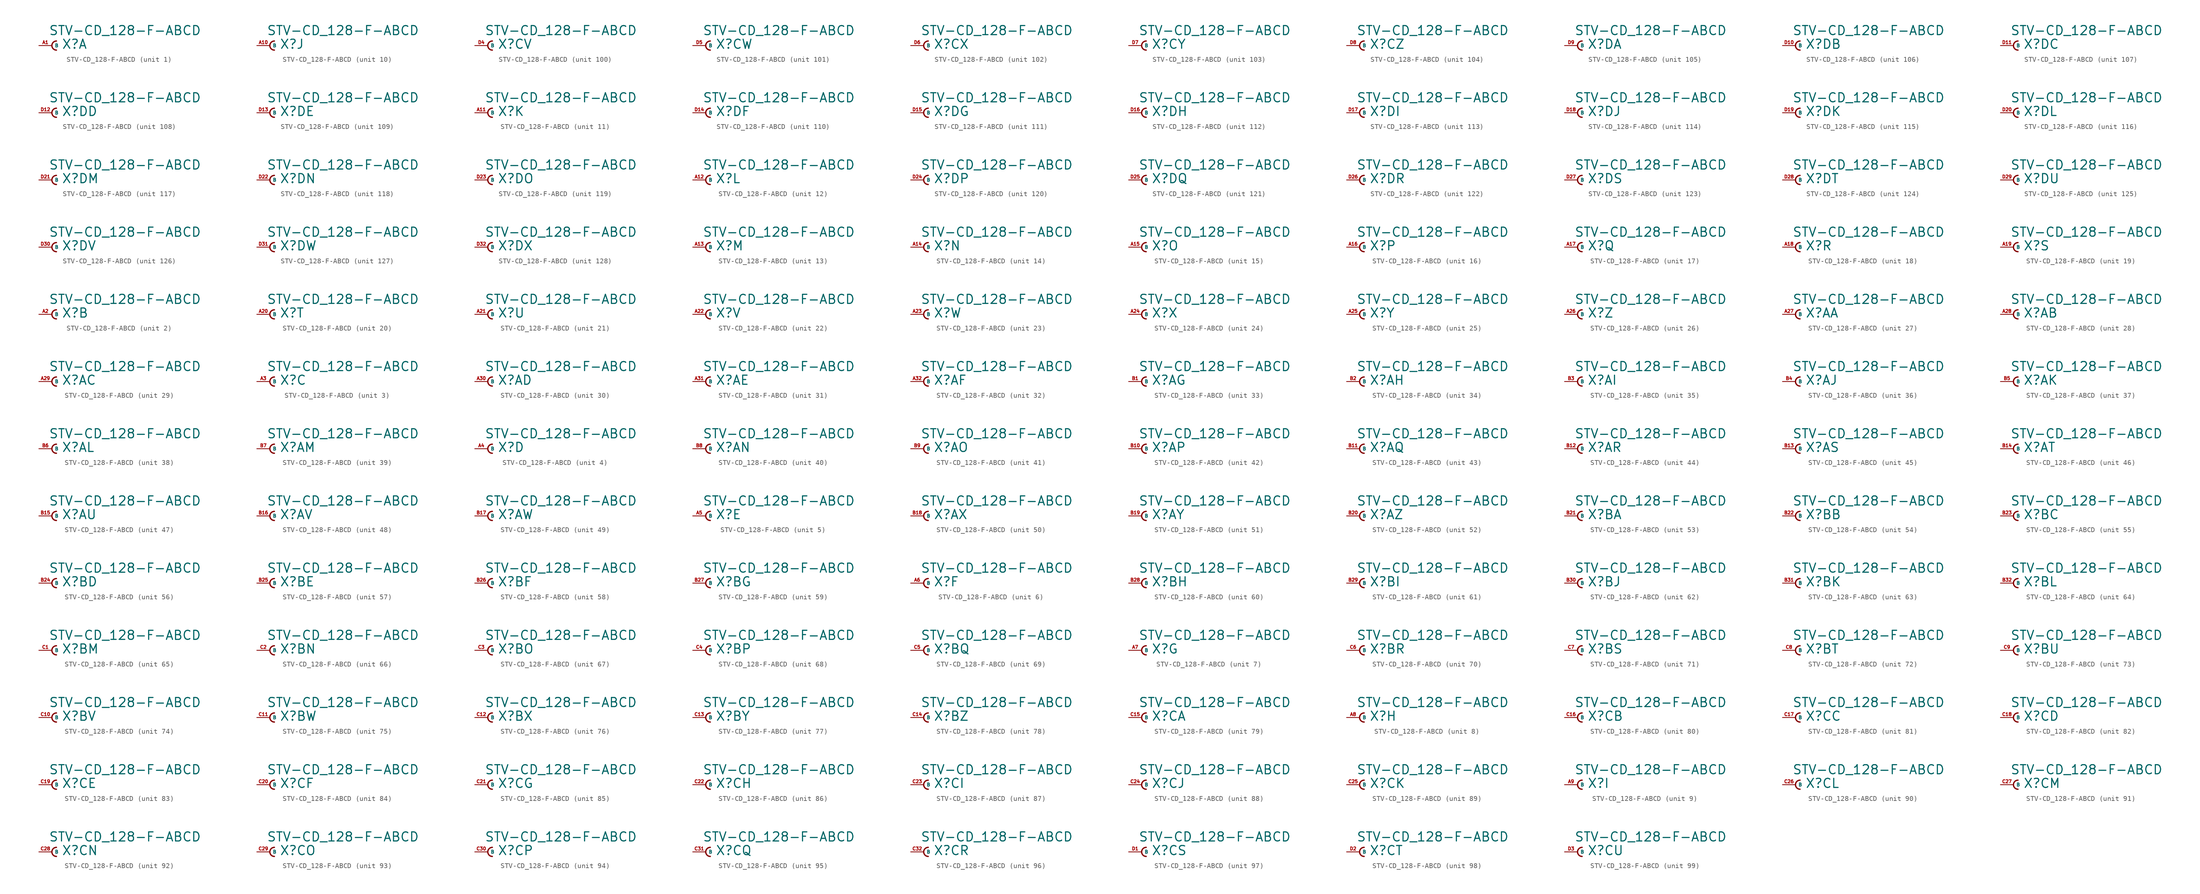
<source format=kicad_sym>
(kicad_symbol_lib
  (version 20220914)
  (generator Eagle2Kicad)
  (symbol "STV-CD_128-F-ABCD"
    (property "Reference" "X"
      (at 1.905 -0.762 0)
      (effects (font (size 1.778 1.778) (thickness 0.22)) (justify left bottom)))
    (property "Value" "STV-CD_128-F-ABCD"
      (at -0.635 1.905 0)
      (effects (font (size 1.778 1.778) (thickness 0.22)) (justify left bottom)))
    (symbol "STV-CD_128-F-ABCD_1_0"
      (arc (start 0.889 0.889) (mid 0.000 0.000) (end 0.889 -0.889) (stroke (width 0.254) (type default)) (fill (type none)))
      (pin passive line (at -2.54 0 0) (length 2.54) (name "B" (effects (font (size 0.635 0.635) (thickness 0.08)) (justify left bottom))) (number "A1" (effects (font (size 0.635 0.635) (thickness 0.08)) (justify left bottom)))))
    (symbol "STV-CD_128-F-ABCD_2_0"
      (arc (start 0.889 0.889) (mid 0.000 0.000) (end 0.889 -0.889) (stroke (width 0.254) (type default)) (fill (type none)))
      (pin passive line (at -2.54 0 0) (length 2.54) (name "B" (effects (font (size 0.635 0.635) (thickness 0.08)) (justify left bottom))) (number "A2" (effects (font (size 0.635 0.635) (thickness 0.08)) (justify left bottom)))))
    (symbol "STV-CD_128-F-ABCD_3_0"
      (arc (start 0.889 0.889) (mid 0.000 0.000) (end 0.889 -0.889) (stroke (width 0.254) (type default)) (fill (type none)))
      (pin passive line (at -2.54 0 0) (length 2.54) (name "B" (effects (font (size 0.635 0.635) (thickness 0.08)) (justify left bottom))) (number "A3" (effects (font (size 0.635 0.635) (thickness 0.08)) (justify left bottom)))))
    (symbol "STV-CD_128-F-ABCD_4_0"
      (arc (start 0.889 0.889) (mid 0.000 0.000) (end 0.889 -0.889) (stroke (width 0.254) (type default)) (fill (type none)))
      (pin passive line (at -2.54 0 0) (length 2.54) (name "B" (effects (font (size 0.635 0.635) (thickness 0.08)) (justify left bottom))) (number "A4" (effects (font (size 0.635 0.635) (thickness 0.08)) (justify left bottom)))))
    (symbol "STV-CD_128-F-ABCD_5_0"
      (arc (start 0.889 0.889) (mid 0.000 0.000) (end 0.889 -0.889) (stroke (width 0.254) (type default)) (fill (type none)))
      (pin passive line (at -2.54 0 0) (length 2.54) (name "B" (effects (font (size 0.635 0.635) (thickness 0.08)) (justify left bottom))) (number "A5" (effects (font (size 0.635 0.635) (thickness 0.08)) (justify left bottom)))))
    (symbol "STV-CD_128-F-ABCD_6_0"
      (arc (start 0.889 0.889) (mid 0.000 0.000) (end 0.889 -0.889) (stroke (width 0.254) (type default)) (fill (type none)))
      (pin passive line (at -2.54 0 0) (length 2.54) (name "B" (effects (font (size 0.635 0.635) (thickness 0.08)) (justify left bottom))) (number "A6" (effects (font (size 0.635 0.635) (thickness 0.08)) (justify left bottom)))))
    (symbol "STV-CD_128-F-ABCD_7_0"
      (arc (start 0.889 0.889) (mid 0.000 0.000) (end 0.889 -0.889) (stroke (width 0.254) (type default)) (fill (type none)))
      (pin passive line (at -2.54 0 0) (length 2.54) (name "B" (effects (font (size 0.635 0.635) (thickness 0.08)) (justify left bottom))) (number "A7" (effects (font (size 0.635 0.635) (thickness 0.08)) (justify left bottom)))))
    (symbol "STV-CD_128-F-ABCD_8_0"
      (arc (start 0.889 0.889) (mid 0.000 0.000) (end 0.889 -0.889) (stroke (width 0.254) (type default)) (fill (type none)))
      (pin passive line (at -2.54 0 0) (length 2.54) (name "B" (effects (font (size 0.635 0.635) (thickness 0.08)) (justify left bottom))) (number "A8" (effects (font (size 0.635 0.635) (thickness 0.08)) (justify left bottom)))))
    (symbol "STV-CD_128-F-ABCD_9_0"
      (arc (start 0.889 0.889) (mid 0.000 0.000) (end 0.889 -0.889) (stroke (width 0.254) (type default)) (fill (type none)))
      (pin passive line (at -2.54 0 0) (length 2.54) (name "B" (effects (font (size 0.635 0.635) (thickness 0.08)) (justify left bottom))) (number "A9" (effects (font (size 0.635 0.635) (thickness 0.08)) (justify left bottom)))))
    (symbol "STV-CD_128-F-ABCD_10_0"
      (arc (start 0.889 0.889) (mid 0.000 0.000) (end 0.889 -0.889) (stroke (width 0.254) (type default)) (fill (type none)))
      (pin passive line (at -2.54 0 0) (length 2.54) (name "B" (effects (font (size 0.635 0.635) (thickness 0.08)) (justify left bottom))) (number "A10" (effects (font (size 0.635 0.635) (thickness 0.08)) (justify left bottom)))))
    (symbol "STV-CD_128-F-ABCD_11_0"
      (arc (start 0.889 0.889) (mid 0.000 0.000) (end 0.889 -0.889) (stroke (width 0.254) (type default)) (fill (type none)))
      (pin passive line (at -2.54 0 0) (length 2.54) (name "B" (effects (font (size 0.635 0.635) (thickness 0.08)) (justify left bottom))) (number "A11" (effects (font (size 0.635 0.635) (thickness 0.08)) (justify left bottom)))))
    (symbol "STV-CD_128-F-ABCD_12_0"
      (arc (start 0.889 0.889) (mid 0.000 0.000) (end 0.889 -0.889) (stroke (width 0.254) (type default)) (fill (type none)))
      (pin passive line (at -2.54 0 0) (length 2.54) (name "B" (effects (font (size 0.635 0.635) (thickness 0.08)) (justify left bottom))) (number "A12" (effects (font (size 0.635 0.635) (thickness 0.08)) (justify left bottom)))))
    (symbol "STV-CD_128-F-ABCD_13_0"
      (arc (start 0.889 0.889) (mid 0.000 0.000) (end 0.889 -0.889) (stroke (width 0.254) (type default)) (fill (type none)))
      (pin passive line (at -2.54 0 0) (length 2.54) (name "B" (effects (font (size 0.635 0.635) (thickness 0.08)) (justify left bottom))) (number "A13" (effects (font (size 0.635 0.635) (thickness 0.08)) (justify left bottom)))))
    (symbol "STV-CD_128-F-ABCD_14_0"
      (arc (start 0.889 0.889) (mid 0.000 0.000) (end 0.889 -0.889) (stroke (width 0.254) (type default)) (fill (type none)))
      (pin passive line (at -2.54 0 0) (length 2.54) (name "B" (effects (font (size 0.635 0.635) (thickness 0.08)) (justify left bottom))) (number "A14" (effects (font (size 0.635 0.635) (thickness 0.08)) (justify left bottom)))))
    (symbol "STV-CD_128-F-ABCD_15_0"
      (arc (start 0.889 0.889) (mid 0.000 0.000) (end 0.889 -0.889) (stroke (width 0.254) (type default)) (fill (type none)))
      (pin passive line (at -2.54 0 0) (length 2.54) (name "B" (effects (font (size 0.635 0.635) (thickness 0.08)) (justify left bottom))) (number "A15" (effects (font (size 0.635 0.635) (thickness 0.08)) (justify left bottom)))))
    (symbol "STV-CD_128-F-ABCD_16_0"
      (arc (start 0.889 0.889) (mid 0.000 0.000) (end 0.889 -0.889) (stroke (width 0.254) (type default)) (fill (type none)))
      (pin passive line (at -2.54 0 0) (length 2.54) (name "B" (effects (font (size 0.635 0.635) (thickness 0.08)) (justify left bottom))) (number "A16" (effects (font (size 0.635 0.635) (thickness 0.08)) (justify left bottom)))))
    (symbol "STV-CD_128-F-ABCD_17_0"
      (arc (start 0.889 0.889) (mid 0.000 0.000) (end 0.889 -0.889) (stroke (width 0.254) (type default)) (fill (type none)))
      (pin passive line (at -2.54 0 0) (length 2.54) (name "B" (effects (font (size 0.635 0.635) (thickness 0.08)) (justify left bottom))) (number "A17" (effects (font (size 0.635 0.635) (thickness 0.08)) (justify left bottom)))))
    (symbol "STV-CD_128-F-ABCD_18_0"
      (arc (start 0.889 0.889) (mid 0.000 0.000) (end 0.889 -0.889) (stroke (width 0.254) (type default)) (fill (type none)))
      (pin passive line (at -2.54 0 0) (length 2.54) (name "B" (effects (font (size 0.635 0.635) (thickness 0.08)) (justify left bottom))) (number "A18" (effects (font (size 0.635 0.635) (thickness 0.08)) (justify left bottom)))))
    (symbol "STV-CD_128-F-ABCD_19_0"
      (arc (start 0.889 0.889) (mid 0.000 0.000) (end 0.889 -0.889) (stroke (width 0.254) (type default)) (fill (type none)))
      (pin passive line (at -2.54 0 0) (length 2.54) (name "B" (effects (font (size 0.635 0.635) (thickness 0.08)) (justify left bottom))) (number "A19" (effects (font (size 0.635 0.635) (thickness 0.08)) (justify left bottom)))))
    (symbol "STV-CD_128-F-ABCD_20_0"
      (arc (start 0.889 0.889) (mid 0.000 0.000) (end 0.889 -0.889) (stroke (width 0.254) (type default)) (fill (type none)))
      (pin passive line (at -2.54 0 0) (length 2.54) (name "B" (effects (font (size 0.635 0.635) (thickness 0.08)) (justify left bottom))) (number "A20" (effects (font (size 0.635 0.635) (thickness 0.08)) (justify left bottom)))))
    (symbol "STV-CD_128-F-ABCD_21_0"
      (arc (start 0.889 0.889) (mid 0.000 0.000) (end 0.889 -0.889) (stroke (width 0.254) (type default)) (fill (type none)))
      (pin passive line (at -2.54 0 0) (length 2.54) (name "B" (effects (font (size 0.635 0.635) (thickness 0.08)) (justify left bottom))) (number "A21" (effects (font (size 0.635 0.635) (thickness 0.08)) (justify left bottom)))))
    (symbol "STV-CD_128-F-ABCD_22_0"
      (arc (start 0.889 0.889) (mid 0.000 0.000) (end 0.889 -0.889) (stroke (width 0.254) (type default)) (fill (type none)))
      (pin passive line (at -2.54 0 0) (length 2.54) (name "B" (effects (font (size 0.635 0.635) (thickness 0.08)) (justify left bottom))) (number "A22" (effects (font (size 0.635 0.635) (thickness 0.08)) (justify left bottom)))))
    (symbol "STV-CD_128-F-ABCD_23_0"
      (arc (start 0.889 0.889) (mid 0.000 0.000) (end 0.889 -0.889) (stroke (width 0.254) (type default)) (fill (type none)))
      (pin passive line (at -2.54 0 0) (length 2.54) (name "B" (effects (font (size 0.635 0.635) (thickness 0.08)) (justify left bottom))) (number "A23" (effects (font (size 0.635 0.635) (thickness 0.08)) (justify left bottom)))))
    (symbol "STV-CD_128-F-ABCD_24_0"
      (arc (start 0.889 0.889) (mid 0.000 0.000) (end 0.889 -0.889) (stroke (width 0.254) (type default)) (fill (type none)))
      (pin passive line (at -2.54 0 0) (length 2.54) (name "B" (effects (font (size 0.635 0.635) (thickness 0.08)) (justify left bottom))) (number "A24" (effects (font (size 0.635 0.635) (thickness 0.08)) (justify left bottom)))))
    (symbol "STV-CD_128-F-ABCD_25_0"
      (arc (start 0.889 0.889) (mid 0.000 0.000) (end 0.889 -0.889) (stroke (width 0.254) (type default)) (fill (type none)))
      (pin passive line (at -2.54 0 0) (length 2.54) (name "B" (effects (font (size 0.635 0.635) (thickness 0.08)) (justify left bottom))) (number "A25" (effects (font (size 0.635 0.635) (thickness 0.08)) (justify left bottom)))))
    (symbol "STV-CD_128-F-ABCD_26_0"
      (arc (start 0.889 0.889) (mid 0.000 0.000) (end 0.889 -0.889) (stroke (width 0.254) (type default)) (fill (type none)))
      (pin passive line (at -2.54 0 0) (length 2.54) (name "B" (effects (font (size 0.635 0.635) (thickness 0.08)) (justify left bottom))) (number "A26" (effects (font (size 0.635 0.635) (thickness 0.08)) (justify left bottom)))))
    (symbol "STV-CD_128-F-ABCD_27_0"
      (arc (start 0.889 0.889) (mid 0.000 0.000) (end 0.889 -0.889) (stroke (width 0.254) (type default)) (fill (type none)))
      (pin passive line (at -2.54 0 0) (length 2.54) (name "B" (effects (font (size 0.635 0.635) (thickness 0.08)) (justify left bottom))) (number "A27" (effects (font (size 0.635 0.635) (thickness 0.08)) (justify left bottom)))))
    (symbol "STV-CD_128-F-ABCD_28_0"
      (arc (start 0.889 0.889) (mid 0.000 0.000) (end 0.889 -0.889) (stroke (width 0.254) (type default)) (fill (type none)))
      (pin passive line (at -2.54 0 0) (length 2.54) (name "B" (effects (font (size 0.635 0.635) (thickness 0.08)) (justify left bottom))) (number "A28" (effects (font (size 0.635 0.635) (thickness 0.08)) (justify left bottom)))))
    (symbol "STV-CD_128-F-ABCD_29_0"
      (arc (start 0.889 0.889) (mid 0.000 0.000) (end 0.889 -0.889) (stroke (width 0.254) (type default)) (fill (type none)))
      (pin passive line (at -2.54 0 0) (length 2.54) (name "B" (effects (font (size 0.635 0.635) (thickness 0.08)) (justify left bottom))) (number "A29" (effects (font (size 0.635 0.635) (thickness 0.08)) (justify left bottom)))))
    (symbol "STV-CD_128-F-ABCD_30_0"
      (arc (start 0.889 0.889) (mid 0.000 0.000) (end 0.889 -0.889) (stroke (width 0.254) (type default)) (fill (type none)))
      (pin passive line (at -2.54 0 0) (length 2.54) (name "B" (effects (font (size 0.635 0.635) (thickness 0.08)) (justify left bottom))) (number "A30" (effects (font (size 0.635 0.635) (thickness 0.08)) (justify left bottom)))))
    (symbol "STV-CD_128-F-ABCD_31_0"
      (arc (start 0.889 0.889) (mid 0.000 0.000) (end 0.889 -0.889) (stroke (width 0.254) (type default)) (fill (type none)))
      (pin passive line (at -2.54 0 0) (length 2.54) (name "B" (effects (font (size 0.635 0.635) (thickness 0.08)) (justify left bottom))) (number "A31" (effects (font (size 0.635 0.635) (thickness 0.08)) (justify left bottom)))))
    (symbol "STV-CD_128-F-ABCD_32_0"
      (arc (start 0.889 0.889) (mid 0.000 0.000) (end 0.889 -0.889) (stroke (width 0.254) (type default)) (fill (type none)))
      (pin passive line (at -2.54 0 0) (length 2.54) (name "B" (effects (font (size 0.635 0.635) (thickness 0.08)) (justify left bottom))) (number "A32" (effects (font (size 0.635 0.635) (thickness 0.08)) (justify left bottom)))))
    (symbol "STV-CD_128-F-ABCD_33_0"
      (arc (start 0.889 0.889) (mid 0.000 0.000) (end 0.889 -0.889) (stroke (width 0.254) (type default)) (fill (type none)))
      (pin passive line (at -2.54 0 0) (length 2.54) (name "B" (effects (font (size 0.635 0.635) (thickness 0.08)) (justify left bottom))) (number "B1" (effects (font (size 0.635 0.635) (thickness 0.08)) (justify left bottom)))))
    (symbol "STV-CD_128-F-ABCD_34_0"
      (arc (start 0.889 0.889) (mid 0.000 0.000) (end 0.889 -0.889) (stroke (width 0.254) (type default)) (fill (type none)))
      (pin passive line (at -2.54 0 0) (length 2.54) (name "B" (effects (font (size 0.635 0.635) (thickness 0.08)) (justify left bottom))) (number "B2" (effects (font (size 0.635 0.635) (thickness 0.08)) (justify left bottom)))))
    (symbol "STV-CD_128-F-ABCD_35_0"
      (arc (start 0.889 0.889) (mid 0.000 0.000) (end 0.889 -0.889) (stroke (width 0.254) (type default)) (fill (type none)))
      (pin passive line (at -2.54 0 0) (length 2.54) (name "B" (effects (font (size 0.635 0.635) (thickness 0.08)) (justify left bottom))) (number "B3" (effects (font (size 0.635 0.635) (thickness 0.08)) (justify left bottom)))))
    (symbol "STV-CD_128-F-ABCD_36_0"
      (arc (start 0.889 0.889) (mid 0.000 0.000) (end 0.889 -0.889) (stroke (width 0.254) (type default)) (fill (type none)))
      (pin passive line (at -2.54 0 0) (length 2.54) (name "B" (effects (font (size 0.635 0.635) (thickness 0.08)) (justify left bottom))) (number "B4" (effects (font (size 0.635 0.635) (thickness 0.08)) (justify left bottom)))))
    (symbol "STV-CD_128-F-ABCD_37_0"
      (arc (start 0.889 0.889) (mid 0.000 0.000) (end 0.889 -0.889) (stroke (width 0.254) (type default)) (fill (type none)))
      (pin passive line (at -2.54 0 0) (length 2.54) (name "B" (effects (font (size 0.635 0.635) (thickness 0.08)) (justify left bottom))) (number "B5" (effects (font (size 0.635 0.635) (thickness 0.08)) (justify left bottom)))))
    (symbol "STV-CD_128-F-ABCD_38_0"
      (arc (start 0.889 0.889) (mid 0.000 0.000) (end 0.889 -0.889) (stroke (width 0.254) (type default)) (fill (type none)))
      (pin passive line (at -2.54 0 0) (length 2.54) (name "B" (effects (font (size 0.635 0.635) (thickness 0.08)) (justify left bottom))) (number "B6" (effects (font (size 0.635 0.635) (thickness 0.08)) (justify left bottom)))))
    (symbol "STV-CD_128-F-ABCD_39_0"
      (arc (start 0.889 0.889) (mid 0.000 0.000) (end 0.889 -0.889) (stroke (width 0.254) (type default)) (fill (type none)))
      (pin passive line (at -2.54 0 0) (length 2.54) (name "B" (effects (font (size 0.635 0.635) (thickness 0.08)) (justify left bottom))) (number "B7" (effects (font (size 0.635 0.635) (thickness 0.08)) (justify left bottom)))))
    (symbol "STV-CD_128-F-ABCD_40_0"
      (arc (start 0.889 0.889) (mid 0.000 0.000) (end 0.889 -0.889) (stroke (width 0.254) (type default)) (fill (type none)))
      (pin passive line (at -2.54 0 0) (length 2.54) (name "B" (effects (font (size 0.635 0.635) (thickness 0.08)) (justify left bottom))) (number "B8" (effects (font (size 0.635 0.635) (thickness 0.08)) (justify left bottom)))))
    (symbol "STV-CD_128-F-ABCD_41_0"
      (arc (start 0.889 0.889) (mid 0.000 0.000) (end 0.889 -0.889) (stroke (width 0.254) (type default)) (fill (type none)))
      (pin passive line (at -2.54 0 0) (length 2.54) (name "B" (effects (font (size 0.635 0.635) (thickness 0.08)) (justify left bottom))) (number "B9" (effects (font (size 0.635 0.635) (thickness 0.08)) (justify left bottom)))))
    (symbol "STV-CD_128-F-ABCD_42_0"
      (arc (start 0.889 0.889) (mid 0.000 0.000) (end 0.889 -0.889) (stroke (width 0.254) (type default)) (fill (type none)))
      (pin passive line (at -2.54 0 0) (length 2.54) (name "B" (effects (font (size 0.635 0.635) (thickness 0.08)) (justify left bottom))) (number "B10" (effects (font (size 0.635 0.635) (thickness 0.08)) (justify left bottom)))))
    (symbol "STV-CD_128-F-ABCD_43_0"
      (arc (start 0.889 0.889) (mid 0.000 0.000) (end 0.889 -0.889) (stroke (width 0.254) (type default)) (fill (type none)))
      (pin passive line (at -2.54 0 0) (length 2.54) (name "B" (effects (font (size 0.635 0.635) (thickness 0.08)) (justify left bottom))) (number "B11" (effects (font (size 0.635 0.635) (thickness 0.08)) (justify left bottom)))))
    (symbol "STV-CD_128-F-ABCD_44_0"
      (arc (start 0.889 0.889) (mid 0.000 0.000) (end 0.889 -0.889) (stroke (width 0.254) (type default)) (fill (type none)))
      (pin passive line (at -2.54 0 0) (length 2.54) (name "B" (effects (font (size 0.635 0.635) (thickness 0.08)) (justify left bottom))) (number "B12" (effects (font (size 0.635 0.635) (thickness 0.08)) (justify left bottom)))))
    (symbol "STV-CD_128-F-ABCD_45_0"
      (arc (start 0.889 0.889) (mid 0.000 0.000) (end 0.889 -0.889) (stroke (width 0.254) (type default)) (fill (type none)))
      (pin passive line (at -2.54 0 0) (length 2.54) (name "B" (effects (font (size 0.635 0.635) (thickness 0.08)) (justify left bottom))) (number "B13" (effects (font (size 0.635 0.635) (thickness 0.08)) (justify left bottom)))))
    (symbol "STV-CD_128-F-ABCD_46_0"
      (arc (start 0.889 0.889) (mid 0.000 0.000) (end 0.889 -0.889) (stroke (width 0.254) (type default)) (fill (type none)))
      (pin passive line (at -2.54 0 0) (length 2.54) (name "B" (effects (font (size 0.635 0.635) (thickness 0.08)) (justify left bottom))) (number "B14" (effects (font (size 0.635 0.635) (thickness 0.08)) (justify left bottom)))))
    (symbol "STV-CD_128-F-ABCD_47_0"
      (arc (start 0.889 0.889) (mid 0.000 0.000) (end 0.889 -0.889) (stroke (width 0.254) (type default)) (fill (type none)))
      (pin passive line (at -2.54 0 0) (length 2.54) (name "B" (effects (font (size 0.635 0.635) (thickness 0.08)) (justify left bottom))) (number "B15" (effects (font (size 0.635 0.635) (thickness 0.08)) (justify left bottom)))))
    (symbol "STV-CD_128-F-ABCD_48_0"
      (arc (start 0.889 0.889) (mid 0.000 0.000) (end 0.889 -0.889) (stroke (width 0.254) (type default)) (fill (type none)))
      (pin passive line (at -2.54 0 0) (length 2.54) (name "B" (effects (font (size 0.635 0.635) (thickness 0.08)) (justify left bottom))) (number "B16" (effects (font (size 0.635 0.635) (thickness 0.08)) (justify left bottom)))))
    (symbol "STV-CD_128-F-ABCD_49_0"
      (arc (start 0.889 0.889) (mid 0.000 0.000) (end 0.889 -0.889) (stroke (width 0.254) (type default)) (fill (type none)))
      (pin passive line (at -2.54 0 0) (length 2.54) (name "B" (effects (font (size 0.635 0.635) (thickness 0.08)) (justify left bottom))) (number "B17" (effects (font (size 0.635 0.635) (thickness 0.08)) (justify left bottom)))))
    (symbol "STV-CD_128-F-ABCD_50_0"
      (arc (start 0.889 0.889) (mid 0.000 0.000) (end 0.889 -0.889) (stroke (width 0.254) (type default)) (fill (type none)))
      (pin passive line (at -2.54 0 0) (length 2.54) (name "B" (effects (font (size 0.635 0.635) (thickness 0.08)) (justify left bottom))) (number "B18" (effects (font (size 0.635 0.635) (thickness 0.08)) (justify left bottom)))))
    (symbol "STV-CD_128-F-ABCD_51_0"
      (arc (start 0.889 0.889) (mid 0.000 0.000) (end 0.889 -0.889) (stroke (width 0.254) (type default)) (fill (type none)))
      (pin passive line (at -2.54 0 0) (length 2.54) (name "B" (effects (font (size 0.635 0.635) (thickness 0.08)) (justify left bottom))) (number "B19" (effects (font (size 0.635 0.635) (thickness 0.08)) (justify left bottom)))))
    (symbol "STV-CD_128-F-ABCD_52_0"
      (arc (start 0.889 0.889) (mid 0.000 0.000) (end 0.889 -0.889) (stroke (width 0.254) (type default)) (fill (type none)))
      (pin passive line (at -2.54 0 0) (length 2.54) (name "B" (effects (font (size 0.635 0.635) (thickness 0.08)) (justify left bottom))) (number "B20" (effects (font (size 0.635 0.635) (thickness 0.08)) (justify left bottom)))))
    (symbol "STV-CD_128-F-ABCD_53_0"
      (arc (start 0.889 0.889) (mid 0.000 0.000) (end 0.889 -0.889) (stroke (width 0.254) (type default)) (fill (type none)))
      (pin passive line (at -2.54 0 0) (length 2.54) (name "B" (effects (font (size 0.635 0.635) (thickness 0.08)) (justify left bottom))) (number "B21" (effects (font (size 0.635 0.635) (thickness 0.08)) (justify left bottom)))))
    (symbol "STV-CD_128-F-ABCD_54_0"
      (arc (start 0.889 0.889) (mid 0.000 0.000) (end 0.889 -0.889) (stroke (width 0.254) (type default)) (fill (type none)))
      (pin passive line (at -2.54 0 0) (length 2.54) (name "B" (effects (font (size 0.635 0.635) (thickness 0.08)) (justify left bottom))) (number "B22" (effects (font (size 0.635 0.635) (thickness 0.08)) (justify left bottom)))))
    (symbol "STV-CD_128-F-ABCD_55_0"
      (arc (start 0.889 0.889) (mid 0.000 0.000) (end 0.889 -0.889) (stroke (width 0.254) (type default)) (fill (type none)))
      (pin passive line (at -2.54 0 0) (length 2.54) (name "B" (effects (font (size 0.635 0.635) (thickness 0.08)) (justify left bottom))) (number "B23" (effects (font (size 0.635 0.635) (thickness 0.08)) (justify left bottom)))))
    (symbol "STV-CD_128-F-ABCD_56_0"
      (arc (start 0.889 0.889) (mid 0.000 0.000) (end 0.889 -0.889) (stroke (width 0.254) (type default)) (fill (type none)))
      (pin passive line (at -2.54 0 0) (length 2.54) (name "B" (effects (font (size 0.635 0.635) (thickness 0.08)) (justify left bottom))) (number "B24" (effects (font (size 0.635 0.635) (thickness 0.08)) (justify left bottom)))))
    (symbol "STV-CD_128-F-ABCD_57_0"
      (arc (start 0.889 0.889) (mid 0.000 0.000) (end 0.889 -0.889) (stroke (width 0.254) (type default)) (fill (type none)))
      (pin passive line (at -2.54 0 0) (length 2.54) (name "B" (effects (font (size 0.635 0.635) (thickness 0.08)) (justify left bottom))) (number "B25" (effects (font (size 0.635 0.635) (thickness 0.08)) (justify left bottom)))))
    (symbol "STV-CD_128-F-ABCD_58_0"
      (arc (start 0.889 0.889) (mid 0.000 0.000) (end 0.889 -0.889) (stroke (width 0.254) (type default)) (fill (type none)))
      (pin passive line (at -2.54 0 0) (length 2.54) (name "B" (effects (font (size 0.635 0.635) (thickness 0.08)) (justify left bottom))) (number "B26" (effects (font (size 0.635 0.635) (thickness 0.08)) (justify left bottom)))))
    (symbol "STV-CD_128-F-ABCD_59_0"
      (arc (start 0.889 0.889) (mid 0.000 0.000) (end 0.889 -0.889) (stroke (width 0.254) (type default)) (fill (type none)))
      (pin passive line (at -2.54 0 0) (length 2.54) (name "B" (effects (font (size 0.635 0.635) (thickness 0.08)) (justify left bottom))) (number "B27" (effects (font (size 0.635 0.635) (thickness 0.08)) (justify left bottom)))))
    (symbol "STV-CD_128-F-ABCD_60_0"
      (arc (start 0.889 0.889) (mid 0.000 0.000) (end 0.889 -0.889) (stroke (width 0.254) (type default)) (fill (type none)))
      (pin passive line (at -2.54 0 0) (length 2.54) (name "B" (effects (font (size 0.635 0.635) (thickness 0.08)) (justify left bottom))) (number "B28" (effects (font (size 0.635 0.635) (thickness 0.08)) (justify left bottom)))))
    (symbol "STV-CD_128-F-ABCD_61_0"
      (arc (start 0.889 0.889) (mid 0.000 0.000) (end 0.889 -0.889) (stroke (width 0.254) (type default)) (fill (type none)))
      (pin passive line (at -2.54 0 0) (length 2.54) (name "B" (effects (font (size 0.635 0.635) (thickness 0.08)) (justify left bottom))) (number "B29" (effects (font (size 0.635 0.635) (thickness 0.08)) (justify left bottom)))))
    (symbol "STV-CD_128-F-ABCD_62_0"
      (arc (start 0.889 0.889) (mid 0.000 0.000) (end 0.889 -0.889) (stroke (width 0.254) (type default)) (fill (type none)))
      (pin passive line (at -2.54 0 0) (length 2.54) (name "B" (effects (font (size 0.635 0.635) (thickness 0.08)) (justify left bottom))) (number "B30" (effects (font (size 0.635 0.635) (thickness 0.08)) (justify left bottom)))))
    (symbol "STV-CD_128-F-ABCD_63_0"
      (arc (start 0.889 0.889) (mid 0.000 0.000) (end 0.889 -0.889) (stroke (width 0.254) (type default)) (fill (type none)))
      (pin passive line (at -2.54 0 0) (length 2.54) (name "B" (effects (font (size 0.635 0.635) (thickness 0.08)) (justify left bottom))) (number "B31" (effects (font (size 0.635 0.635) (thickness 0.08)) (justify left bottom)))))
    (symbol "STV-CD_128-F-ABCD_64_0"
      (arc (start 0.889 0.889) (mid 0.000 0.000) (end 0.889 -0.889) (stroke (width 0.254) (type default)) (fill (type none)))
      (pin passive line (at -2.54 0 0) (length 2.54) (name "B" (effects (font (size 0.635 0.635) (thickness 0.08)) (justify left bottom))) (number "B32" (effects (font (size 0.635 0.635) (thickness 0.08)) (justify left bottom)))))
    (symbol "STV-CD_128-F-ABCD_65_0"
      (arc (start 0.889 0.889) (mid 0.000 0.000) (end 0.889 -0.889) (stroke (width 0.254) (type default)) (fill (type none)))
      (pin passive line (at -2.54 0 0) (length 2.54) (name "B" (effects (font (size 0.635 0.635) (thickness 0.08)) (justify left bottom))) (number "C1" (effects (font (size 0.635 0.635) (thickness 0.08)) (justify left bottom)))))
    (symbol "STV-CD_128-F-ABCD_66_0"
      (arc (start 0.889 0.889) (mid 0.000 0.000) (end 0.889 -0.889) (stroke (width 0.254) (type default)) (fill (type none)))
      (pin passive line (at -2.54 0 0) (length 2.54) (name "B" (effects (font (size 0.635 0.635) (thickness 0.08)) (justify left bottom))) (number "C2" (effects (font (size 0.635 0.635) (thickness 0.08)) (justify left bottom)))))
    (symbol "STV-CD_128-F-ABCD_67_0"
      (arc (start 0.889 0.889) (mid 0.000 0.000) (end 0.889 -0.889) (stroke (width 0.254) (type default)) (fill (type none)))
      (pin passive line (at -2.54 0 0) (length 2.54) (name "B" (effects (font (size 0.635 0.635) (thickness 0.08)) (justify left bottom))) (number "C3" (effects (font (size 0.635 0.635) (thickness 0.08)) (justify left bottom)))))
    (symbol "STV-CD_128-F-ABCD_68_0"
      (arc (start 0.889 0.889) (mid 0.000 0.000) (end 0.889 -0.889) (stroke (width 0.254) (type default)) (fill (type none)))
      (pin passive line (at -2.54 0 0) (length 2.54) (name "B" (effects (font (size 0.635 0.635) (thickness 0.08)) (justify left bottom))) (number "C4" (effects (font (size 0.635 0.635) (thickness 0.08)) (justify left bottom)))))
    (symbol "STV-CD_128-F-ABCD_69_0"
      (arc (start 0.889 0.889) (mid 0.000 0.000) (end 0.889 -0.889) (stroke (width 0.254) (type default)) (fill (type none)))
      (pin passive line (at -2.54 0 0) (length 2.54) (name "B" (effects (font (size 0.635 0.635) (thickness 0.08)) (justify left bottom))) (number "C5" (effects (font (size 0.635 0.635) (thickness 0.08)) (justify left bottom)))))
    (symbol "STV-CD_128-F-ABCD_70_0"
      (arc (start 0.889 0.889) (mid 0.000 0.000) (end 0.889 -0.889) (stroke (width 0.254) (type default)) (fill (type none)))
      (pin passive line (at -2.54 0 0) (length 2.54) (name "B" (effects (font (size 0.635 0.635) (thickness 0.08)) (justify left bottom))) (number "C6" (effects (font (size 0.635 0.635) (thickness 0.08)) (justify left bottom)))))
    (symbol "STV-CD_128-F-ABCD_71_0"
      (arc (start 0.889 0.889) (mid 0.000 0.000) (end 0.889 -0.889) (stroke (width 0.254) (type default)) (fill (type none)))
      (pin passive line (at -2.54 0 0) (length 2.54) (name "B" (effects (font (size 0.635 0.635) (thickness 0.08)) (justify left bottom))) (number "C7" (effects (font (size 0.635 0.635) (thickness 0.08)) (justify left bottom)))))
    (symbol "STV-CD_128-F-ABCD_72_0"
      (arc (start 0.889 0.889) (mid 0.000 0.000) (end 0.889 -0.889) (stroke (width 0.254) (type default)) (fill (type none)))
      (pin passive line (at -2.54 0 0) (length 2.54) (name "B" (effects (font (size 0.635 0.635) (thickness 0.08)) (justify left bottom))) (number "C8" (effects (font (size 0.635 0.635) (thickness 0.08)) (justify left bottom)))))
    (symbol "STV-CD_128-F-ABCD_73_0"
      (arc (start 0.889 0.889) (mid 0.000 0.000) (end 0.889 -0.889) (stroke (width 0.254) (type default)) (fill (type none)))
      (pin passive line (at -2.54 0 0) (length 2.54) (name "B" (effects (font (size 0.635 0.635) (thickness 0.08)) (justify left bottom))) (number "C9" (effects (font (size 0.635 0.635) (thickness 0.08)) (justify left bottom)))))
    (symbol "STV-CD_128-F-ABCD_74_0"
      (arc (start 0.889 0.889) (mid 0.000 0.000) (end 0.889 -0.889) (stroke (width 0.254) (type default)) (fill (type none)))
      (pin passive line (at -2.54 0 0) (length 2.54) (name "B" (effects (font (size 0.635 0.635) (thickness 0.08)) (justify left bottom))) (number "C10" (effects (font (size 0.635 0.635) (thickness 0.08)) (justify left bottom)))))
    (symbol "STV-CD_128-F-ABCD_75_0"
      (arc (start 0.889 0.889) (mid 0.000 0.000) (end 0.889 -0.889) (stroke (width 0.254) (type default)) (fill (type none)))
      (pin passive line (at -2.54 0 0) (length 2.54) (name "B" (effects (font (size 0.635 0.635) (thickness 0.08)) (justify left bottom))) (number "C11" (effects (font (size 0.635 0.635) (thickness 0.08)) (justify left bottom)))))
    (symbol "STV-CD_128-F-ABCD_76_0"
      (arc (start 0.889 0.889) (mid 0.000 0.000) (end 0.889 -0.889) (stroke (width 0.254) (type default)) (fill (type none)))
      (pin passive line (at -2.54 0 0) (length 2.54) (name "B" (effects (font (size 0.635 0.635) (thickness 0.08)) (justify left bottom))) (number "C12" (effects (font (size 0.635 0.635) (thickness 0.08)) (justify left bottom)))))
    (symbol "STV-CD_128-F-ABCD_77_0"
      (arc (start 0.889 0.889) (mid 0.000 0.000) (end 0.889 -0.889) (stroke (width 0.254) (type default)) (fill (type none)))
      (pin passive line (at -2.54 0 0) (length 2.54) (name "B" (effects (font (size 0.635 0.635) (thickness 0.08)) (justify left bottom))) (number "C13" (effects (font (size 0.635 0.635) (thickness 0.08)) (justify left bottom)))))
    (symbol "STV-CD_128-F-ABCD_78_0"
      (arc (start 0.889 0.889) (mid 0.000 0.000) (end 0.889 -0.889) (stroke (width 0.254) (type default)) (fill (type none)))
      (pin passive line (at -2.54 0 0) (length 2.54) (name "B" (effects (font (size 0.635 0.635) (thickness 0.08)) (justify left bottom))) (number "C14" (effects (font (size 0.635 0.635) (thickness 0.08)) (justify left bottom)))))
    (symbol "STV-CD_128-F-ABCD_79_0"
      (arc (start 0.889 0.889) (mid 0.000 0.000) (end 0.889 -0.889) (stroke (width 0.254) (type default)) (fill (type none)))
      (pin passive line (at -2.54 0 0) (length 2.54) (name "B" (effects (font (size 0.635 0.635) (thickness 0.08)) (justify left bottom))) (number "C15" (effects (font (size 0.635 0.635) (thickness 0.08)) (justify left bottom)))))
    (symbol "STV-CD_128-F-ABCD_80_0"
      (arc (start 0.889 0.889) (mid 0.000 0.000) (end 0.889 -0.889) (stroke (width 0.254) (type default)) (fill (type none)))
      (pin passive line (at -2.54 0 0) (length 2.54) (name "B" (effects (font (size 0.635 0.635) (thickness 0.08)) (justify left bottom))) (number "C16" (effects (font (size 0.635 0.635) (thickness 0.08)) (justify left bottom)))))
    (symbol "STV-CD_128-F-ABCD_81_0"
      (arc (start 0.889 0.889) (mid 0.000 0.000) (end 0.889 -0.889) (stroke (width 0.254) (type default)) (fill (type none)))
      (pin passive line (at -2.54 0 0) (length 2.54) (name "B" (effects (font (size 0.635 0.635) (thickness 0.08)) (justify left bottom))) (number "C17" (effects (font (size 0.635 0.635) (thickness 0.08)) (justify left bottom)))))
    (symbol "STV-CD_128-F-ABCD_82_0"
      (arc (start 0.889 0.889) (mid 0.000 0.000) (end 0.889 -0.889) (stroke (width 0.254) (type default)) (fill (type none)))
      (pin passive line (at -2.54 0 0) (length 2.54) (name "B" (effects (font (size 0.635 0.635) (thickness 0.08)) (justify left bottom))) (number "C18" (effects (font (size 0.635 0.635) (thickness 0.08)) (justify left bottom)))))
    (symbol "STV-CD_128-F-ABCD_83_0"
      (arc (start 0.889 0.889) (mid 0.000 0.000) (end 0.889 -0.889) (stroke (width 0.254) (type default)) (fill (type none)))
      (pin passive line (at -2.54 0 0) (length 2.54) (name "B" (effects (font (size 0.635 0.635) (thickness 0.08)) (justify left bottom))) (number "C19" (effects (font (size 0.635 0.635) (thickness 0.08)) (justify left bottom)))))
    (symbol "STV-CD_128-F-ABCD_84_0"
      (arc (start 0.889 0.889) (mid 0.000 0.000) (end 0.889 -0.889) (stroke (width 0.254) (type default)) (fill (type none)))
      (pin passive line (at -2.54 0 0) (length 2.54) (name "B" (effects (font (size 0.635 0.635) (thickness 0.08)) (justify left bottom))) (number "C20" (effects (font (size 0.635 0.635) (thickness 0.08)) (justify left bottom)))))
    (symbol "STV-CD_128-F-ABCD_85_0"
      (arc (start 0.889 0.889) (mid 0.000 0.000) (end 0.889 -0.889) (stroke (width 0.254) (type default)) (fill (type none)))
      (pin passive line (at -2.54 0 0) (length 2.54) (name "B" (effects (font (size 0.635 0.635) (thickness 0.08)) (justify left bottom))) (number "C21" (effects (font (size 0.635 0.635) (thickness 0.08)) (justify left bottom)))))
    (symbol "STV-CD_128-F-ABCD_86_0"
      (arc (start 0.889 0.889) (mid 0.000 0.000) (end 0.889 -0.889) (stroke (width 0.254) (type default)) (fill (type none)))
      (pin passive line (at -2.54 0 0) (length 2.54) (name "B" (effects (font (size 0.635 0.635) (thickness 0.08)) (justify left bottom))) (number "C22" (effects (font (size 0.635 0.635) (thickness 0.08)) (justify left bottom)))))
    (symbol "STV-CD_128-F-ABCD_87_0"
      (arc (start 0.889 0.889) (mid 0.000 0.000) (end 0.889 -0.889) (stroke (width 0.254) (type default)) (fill (type none)))
      (pin passive line (at -2.54 0 0) (length 2.54) (name "B" (effects (font (size 0.635 0.635) (thickness 0.08)) (justify left bottom))) (number "C23" (effects (font (size 0.635 0.635) (thickness 0.08)) (justify left bottom)))))
    (symbol "STV-CD_128-F-ABCD_88_0"
      (arc (start 0.889 0.889) (mid 0.000 0.000) (end 0.889 -0.889) (stroke (width 0.254) (type default)) (fill (type none)))
      (pin passive line (at -2.54 0 0) (length 2.54) (name "B" (effects (font (size 0.635 0.635) (thickness 0.08)) (justify left bottom))) (number "C24" (effects (font (size 0.635 0.635) (thickness 0.08)) (justify left bottom)))))
    (symbol "STV-CD_128-F-ABCD_89_0"
      (arc (start 0.889 0.889) (mid 0.000 0.000) (end 0.889 -0.889) (stroke (width 0.254) (type default)) (fill (type none)))
      (pin passive line (at -2.54 0 0) (length 2.54) (name "B" (effects (font (size 0.635 0.635) (thickness 0.08)) (justify left bottom))) (number "C25" (effects (font (size 0.635 0.635) (thickness 0.08)) (justify left bottom)))))
    (symbol "STV-CD_128-F-ABCD_90_0"
      (arc (start 0.889 0.889) (mid 0.000 0.000) (end 0.889 -0.889) (stroke (width 0.254) (type default)) (fill (type none)))
      (pin passive line (at -2.54 0 0) (length 2.54) (name "B" (effects (font (size 0.635 0.635) (thickness 0.08)) (justify left bottom))) (number "C26" (effects (font (size 0.635 0.635) (thickness 0.08)) (justify left bottom)))))
    (symbol "STV-CD_128-F-ABCD_91_0"
      (arc (start 0.889 0.889) (mid 0.000 0.000) (end 0.889 -0.889) (stroke (width 0.254) (type default)) (fill (type none)))
      (pin passive line (at -2.54 0 0) (length 2.54) (name "B" (effects (font (size 0.635 0.635) (thickness 0.08)) (justify left bottom))) (number "C27" (effects (font (size 0.635 0.635) (thickness 0.08)) (justify left bottom)))))
    (symbol "STV-CD_128-F-ABCD_92_0"
      (arc (start 0.889 0.889) (mid 0.000 0.000) (end 0.889 -0.889) (stroke (width 0.254) (type default)) (fill (type none)))
      (pin passive line (at -2.54 0 0) (length 2.54) (name "B" (effects (font (size 0.635 0.635) (thickness 0.08)) (justify left bottom))) (number "C28" (effects (font (size 0.635 0.635) (thickness 0.08)) (justify left bottom)))))
    (symbol "STV-CD_128-F-ABCD_93_0"
      (arc (start 0.889 0.889) (mid 0.000 0.000) (end 0.889 -0.889) (stroke (width 0.254) (type default)) (fill (type none)))
      (pin passive line (at -2.54 0 0) (length 2.54) (name "B" (effects (font (size 0.635 0.635) (thickness 0.08)) (justify left bottom))) (number "C29" (effects (font (size 0.635 0.635) (thickness 0.08)) (justify left bottom)))))
    (symbol "STV-CD_128-F-ABCD_94_0"
      (arc (start 0.889 0.889) (mid 0.000 0.000) (end 0.889 -0.889) (stroke (width 0.254) (type default)) (fill (type none)))
      (pin passive line (at -2.54 0 0) (length 2.54) (name "B" (effects (font (size 0.635 0.635) (thickness 0.08)) (justify left bottom))) (number "C30" (effects (font (size 0.635 0.635) (thickness 0.08)) (justify left bottom)))))
    (symbol "STV-CD_128-F-ABCD_95_0"
      (arc (start 0.889 0.889) (mid 0.000 0.000) (end 0.889 -0.889) (stroke (width 0.254) (type default)) (fill (type none)))
      (pin passive line (at -2.54 0 0) (length 2.54) (name "B" (effects (font (size 0.635 0.635) (thickness 0.08)) (justify left bottom))) (number "C31" (effects (font (size 0.635 0.635) (thickness 0.08)) (justify left bottom)))))
    (symbol "STV-CD_128-F-ABCD_96_0"
      (arc (start 0.889 0.889) (mid 0.000 0.000) (end 0.889 -0.889) (stroke (width 0.254) (type default)) (fill (type none)))
      (pin passive line (at -2.54 0 0) (length 2.54) (name "B" (effects (font (size 0.635 0.635) (thickness 0.08)) (justify left bottom))) (number "C32" (effects (font (size 0.635 0.635) (thickness 0.08)) (justify left bottom)))))
    (symbol "STV-CD_128-F-ABCD_97_0"
      (arc (start 0.889 0.889) (mid 0.000 0.000) (end 0.889 -0.889) (stroke (width 0.254) (type default)) (fill (type none)))
      (pin passive line (at -2.54 0 0) (length 2.54) (name "B" (effects (font (size 0.635 0.635) (thickness 0.08)) (justify left bottom))) (number "D1" (effects (font (size 0.635 0.635) (thickness 0.08)) (justify left bottom)))))
    (symbol "STV-CD_128-F-ABCD_98_0"
      (arc (start 0.889 0.889) (mid 0.000 0.000) (end 0.889 -0.889) (stroke (width 0.254) (type default)) (fill (type none)))
      (pin passive line (at -2.54 0 0) (length 2.54) (name "B" (effects (font (size 0.635 0.635) (thickness 0.08)) (justify left bottom))) (number "D2" (effects (font (size 0.635 0.635) (thickness 0.08)) (justify left bottom)))))
    (symbol "STV-CD_128-F-ABCD_99_0"
      (arc (start 0.889 0.889) (mid 0.000 0.000) (end 0.889 -0.889) (stroke (width 0.254) (type default)) (fill (type none)))
      (pin passive line (at -2.54 0 0) (length 2.54) (name "B" (effects (font (size 0.635 0.635) (thickness 0.08)) (justify left bottom))) (number "D3" (effects (font (size 0.635 0.635) (thickness 0.08)) (justify left bottom)))))
    (symbol "STV-CD_128-F-ABCD_100_0"
      (arc (start 0.889 0.889) (mid 0.000 0.000) (end 0.889 -0.889) (stroke (width 0.254) (type default)) (fill (type none)))
      (pin passive line (at -2.54 0 0) (length 2.54) (name "B" (effects (font (size 0.635 0.635) (thickness 0.08)) (justify left bottom))) (number "D4" (effects (font (size 0.635 0.635) (thickness 0.08)) (justify left bottom)))))
    (symbol "STV-CD_128-F-ABCD_101_0"
      (arc (start 0.889 0.889) (mid 0.000 0.000) (end 0.889 -0.889) (stroke (width 0.254) (type default)) (fill (type none)))
      (pin passive line (at -2.54 0 0) (length 2.54) (name "B" (effects (font (size 0.635 0.635) (thickness 0.08)) (justify left bottom))) (number "D5" (effects (font (size 0.635 0.635) (thickness 0.08)) (justify left bottom)))))
    (symbol "STV-CD_128-F-ABCD_102_0"
      (arc (start 0.889 0.889) (mid 0.000 0.000) (end 0.889 -0.889) (stroke (width 0.254) (type default)) (fill (type none)))
      (pin passive line (at -2.54 0 0) (length 2.54) (name "B" (effects (font (size 0.635 0.635) (thickness 0.08)) (justify left bottom))) (number "D6" (effects (font (size 0.635 0.635) (thickness 0.08)) (justify left bottom)))))
    (symbol "STV-CD_128-F-ABCD_103_0"
      (arc (start 0.889 0.889) (mid 0.000 0.000) (end 0.889 -0.889) (stroke (width 0.254) (type default)) (fill (type none)))
      (pin passive line (at -2.54 0 0) (length 2.54) (name "B" (effects (font (size 0.635 0.635) (thickness 0.08)) (justify left bottom))) (number "D7" (effects (font (size 0.635 0.635) (thickness 0.08)) (justify left bottom)))))
    (symbol "STV-CD_128-F-ABCD_104_0"
      (arc (start 0.889 0.889) (mid 0.000 0.000) (end 0.889 -0.889) (stroke (width 0.254) (type default)) (fill (type none)))
      (pin passive line (at -2.54 0 0) (length 2.54) (name "B" (effects (font (size 0.635 0.635) (thickness 0.08)) (justify left bottom))) (number "D8" (effects (font (size 0.635 0.635) (thickness 0.08)) (justify left bottom)))))
    (symbol "STV-CD_128-F-ABCD_105_0"
      (arc (start 0.889 0.889) (mid 0.000 0.000) (end 0.889 -0.889) (stroke (width 0.254) (type default)) (fill (type none)))
      (pin passive line (at -2.54 0 0) (length 2.54) (name "B" (effects (font (size 0.635 0.635) (thickness 0.08)) (justify left bottom))) (number "D9" (effects (font (size 0.635 0.635) (thickness 0.08)) (justify left bottom)))))
    (symbol "STV-CD_128-F-ABCD_106_0"
      (arc (start 0.889 0.889) (mid 0.000 0.000) (end 0.889 -0.889) (stroke (width 0.254) (type default)) (fill (type none)))
      (pin passive line (at -2.54 0 0) (length 2.54) (name "B" (effects (font (size 0.635 0.635) (thickness 0.08)) (justify left bottom))) (number "D10" (effects (font (size 0.635 0.635) (thickness 0.08)) (justify left bottom)))))
    (symbol "STV-CD_128-F-ABCD_107_0"
      (arc (start 0.889 0.889) (mid 0.000 0.000) (end 0.889 -0.889) (stroke (width 0.254) (type default)) (fill (type none)))
      (pin passive line (at -2.54 0 0) (length 2.54) (name "B" (effects (font (size 0.635 0.635) (thickness 0.08)) (justify left bottom))) (number "D11" (effects (font (size 0.635 0.635) (thickness 0.08)) (justify left bottom)))))
    (symbol "STV-CD_128-F-ABCD_108_0"
      (arc (start 0.889 0.889) (mid 0.000 0.000) (end 0.889 -0.889) (stroke (width 0.254) (type default)) (fill (type none)))
      (pin passive line (at -2.54 0 0) (length 2.54) (name "B" (effects (font (size 0.635 0.635) (thickness 0.08)) (justify left bottom))) (number "D12" (effects (font (size 0.635 0.635) (thickness 0.08)) (justify left bottom)))))
    (symbol "STV-CD_128-F-ABCD_109_0"
      (arc (start 0.889 0.889) (mid 0.000 0.000) (end 0.889 -0.889) (stroke (width 0.254) (type default)) (fill (type none)))
      (pin passive line (at -2.54 0 0) (length 2.54) (name "B" (effects (font (size 0.635 0.635) (thickness 0.08)) (justify left bottom))) (number "D13" (effects (font (size 0.635 0.635) (thickness 0.08)) (justify left bottom)))))
    (symbol "STV-CD_128-F-ABCD_110_0"
      (arc (start 0.889 0.889) (mid 0.000 0.000) (end 0.889 -0.889) (stroke (width 0.254) (type default)) (fill (type none)))
      (pin passive line (at -2.54 0 0) (length 2.54) (name "B" (effects (font (size 0.635 0.635) (thickness 0.08)) (justify left bottom))) (number "D14" (effects (font (size 0.635 0.635) (thickness 0.08)) (justify left bottom)))))
    (symbol "STV-CD_128-F-ABCD_111_0"
      (arc (start 0.889 0.889) (mid 0.000 0.000) (end 0.889 -0.889) (stroke (width 0.254) (type default)) (fill (type none)))
      (pin passive line (at -2.54 0 0) (length 2.54) (name "B" (effects (font (size 0.635 0.635) (thickness 0.08)) (justify left bottom))) (number "D15" (effects (font (size 0.635 0.635) (thickness 0.08)) (justify left bottom)))))
    (symbol "STV-CD_128-F-ABCD_112_0"
      (arc (start 0.889 0.889) (mid 0.000 0.000) (end 0.889 -0.889) (stroke (width 0.254) (type default)) (fill (type none)))
      (pin passive line (at -2.54 0 0) (length 2.54) (name "B" (effects (font (size 0.635 0.635) (thickness 0.08)) (justify left bottom))) (number "D16" (effects (font (size 0.635 0.635) (thickness 0.08)) (justify left bottom)))))
    (symbol "STV-CD_128-F-ABCD_113_0"
      (arc (start 0.889 0.889) (mid 0.000 0.000) (end 0.889 -0.889) (stroke (width 0.254) (type default)) (fill (type none)))
      (pin passive line (at -2.54 0 0) (length 2.54) (name "B" (effects (font (size 0.635 0.635) (thickness 0.08)) (justify left bottom))) (number "D17" (effects (font (size 0.635 0.635) (thickness 0.08)) (justify left bottom)))))
    (symbol "STV-CD_128-F-ABCD_114_0"
      (arc (start 0.889 0.889) (mid 0.000 0.000) (end 0.889 -0.889) (stroke (width 0.254) (type default)) (fill (type none)))
      (pin passive line (at -2.54 0 0) (length 2.54) (name "B" (effects (font (size 0.635 0.635) (thickness 0.08)) (justify left bottom))) (number "D18" (effects (font (size 0.635 0.635) (thickness 0.08)) (justify left bottom)))))
    (symbol "STV-CD_128-F-ABCD_115_0"
      (arc (start 0.889 0.889) (mid 0.000 0.000) (end 0.889 -0.889) (stroke (width 0.254) (type default)) (fill (type none)))
      (pin passive line (at -2.54 0 0) (length 2.54) (name "B" (effects (font (size 0.635 0.635) (thickness 0.08)) (justify left bottom))) (number "D19" (effects (font (size 0.635 0.635) (thickness 0.08)) (justify left bottom)))))
    (symbol "STV-CD_128-F-ABCD_116_0"
      (arc (start 0.889 0.889) (mid 0.000 0.000) (end 0.889 -0.889) (stroke (width 0.254) (type default)) (fill (type none)))
      (pin passive line (at -2.54 0 0) (length 2.54) (name "B" (effects (font (size 0.635 0.635) (thickness 0.08)) (justify left bottom))) (number "D20" (effects (font (size 0.635 0.635) (thickness 0.08)) (justify left bottom)))))
    (symbol "STV-CD_128-F-ABCD_117_0"
      (arc (start 0.889 0.889) (mid 0.000 0.000) (end 0.889 -0.889) (stroke (width 0.254) (type default)) (fill (type none)))
      (pin passive line (at -2.54 0 0) (length 2.54) (name "B" (effects (font (size 0.635 0.635) (thickness 0.08)) (justify left bottom))) (number "D21" (effects (font (size 0.635 0.635) (thickness 0.08)) (justify left bottom)))))
    (symbol "STV-CD_128-F-ABCD_118_0"
      (arc (start 0.889 0.889) (mid 0.000 0.000) (end 0.889 -0.889) (stroke (width 0.254) (type default)) (fill (type none)))
      (pin passive line (at -2.54 0 0) (length 2.54) (name "B" (effects (font (size 0.635 0.635) (thickness 0.08)) (justify left bottom))) (number "D22" (effects (font (size 0.635 0.635) (thickness 0.08)) (justify left bottom)))))
    (symbol "STV-CD_128-F-ABCD_119_0"
      (arc (start 0.889 0.889) (mid 0.000 0.000) (end 0.889 -0.889) (stroke (width 0.254) (type default)) (fill (type none)))
      (pin passive line (at -2.54 0 0) (length 2.54) (name "B" (effects (font (size 0.635 0.635) (thickness 0.08)) (justify left bottom))) (number "D23" (effects (font (size 0.635 0.635) (thickness 0.08)) (justify left bottom)))))
    (symbol "STV-CD_128-F-ABCD_120_0"
      (arc (start 0.889 0.889) (mid 0.000 0.000) (end 0.889 -0.889) (stroke (width 0.254) (type default)) (fill (type none)))
      (pin passive line (at -2.54 0 0) (length 2.54) (name "B" (effects (font (size 0.635 0.635) (thickness 0.08)) (justify left bottom))) (number "D24" (effects (font (size 0.635 0.635) (thickness 0.08)) (justify left bottom)))))
    (symbol "STV-CD_128-F-ABCD_121_0"
      (arc (start 0.889 0.889) (mid 0.000 0.000) (end 0.889 -0.889) (stroke (width 0.254) (type default)) (fill (type none)))
      (pin passive line (at -2.54 0 0) (length 2.54) (name "B" (effects (font (size 0.635 0.635) (thickness 0.08)) (justify left bottom))) (number "D25" (effects (font (size 0.635 0.635) (thickness 0.08)) (justify left bottom)))))
    (symbol "STV-CD_128-F-ABCD_122_0"
      (arc (start 0.889 0.889) (mid 0.000 0.000) (end 0.889 -0.889) (stroke (width 0.254) (type default)) (fill (type none)))
      (pin passive line (at -2.54 0 0) (length 2.54) (name "B" (effects (font (size 0.635 0.635) (thickness 0.08)) (justify left bottom))) (number "D26" (effects (font (size 0.635 0.635) (thickness 0.08)) (justify left bottom)))))
    (symbol "STV-CD_128-F-ABCD_123_0"
      (arc (start 0.889 0.889) (mid 0.000 0.000) (end 0.889 -0.889) (stroke (width 0.254) (type default)) (fill (type none)))
      (pin passive line (at -2.54 0 0) (length 2.54) (name "B" (effects (font (size 0.635 0.635) (thickness 0.08)) (justify left bottom))) (number "D27" (effects (font (size 0.635 0.635) (thickness 0.08)) (justify left bottom)))))
    (symbol "STV-CD_128-F-ABCD_124_0"
      (arc (start 0.889 0.889) (mid 0.000 0.000) (end 0.889 -0.889) (stroke (width 0.254) (type default)) (fill (type none)))
      (pin passive line (at -2.54 0 0) (length 2.54) (name "B" (effects (font (size 0.635 0.635) (thickness 0.08)) (justify left bottom))) (number "D28" (effects (font (size 0.635 0.635) (thickness 0.08)) (justify left bottom)))))
    (symbol "STV-CD_128-F-ABCD_125_0"
      (arc (start 0.889 0.889) (mid 0.000 0.000) (end 0.889 -0.889) (stroke (width 0.254) (type default)) (fill (type none)))
      (pin passive line (at -2.54 0 0) (length 2.54) (name "B" (effects (font (size 0.635 0.635) (thickness 0.08)) (justify left bottom))) (number "D29" (effects (font (size 0.635 0.635) (thickness 0.08)) (justify left bottom)))))
    (symbol "STV-CD_128-F-ABCD_126_0"
      (arc (start 0.889 0.889) (mid 0.000 0.000) (end 0.889 -0.889) (stroke (width 0.254) (type default)) (fill (type none)))
      (pin passive line (at -2.54 0 0) (length 2.54) (name "B" (effects (font (size 0.635 0.635) (thickness 0.08)) (justify left bottom))) (number "D30" (effects (font (size 0.635 0.635) (thickness 0.08)) (justify left bottom)))))
    (symbol "STV-CD_128-F-ABCD_127_0"
      (arc (start 0.889 0.889) (mid 0.000 0.000) (end 0.889 -0.889) (stroke (width 0.254) (type default)) (fill (type none)))
      (pin passive line (at -2.54 0 0) (length 2.54) (name "B" (effects (font (size 0.635 0.635) (thickness 0.08)) (justify left bottom))) (number "D31" (effects (font (size 0.635 0.635) (thickness 0.08)) (justify left bottom)))))
    (symbol "STV-CD_128-F-ABCD_128_0"
      (arc (start 0.889 0.889) (mid 0.000 0.000) (end 0.889 -0.889) (stroke (width 0.254) (type default)) (fill (type none)))
      (pin passive line (at -2.54 0 0) (length 2.54) (name "B" (effects (font (size 0.635 0.635) (thickness 0.08)) (justify left bottom))) (number "D32" (effects (font (size 0.635 0.635) (thickness 0.08)) (justify left bottom)))))))
</source>
